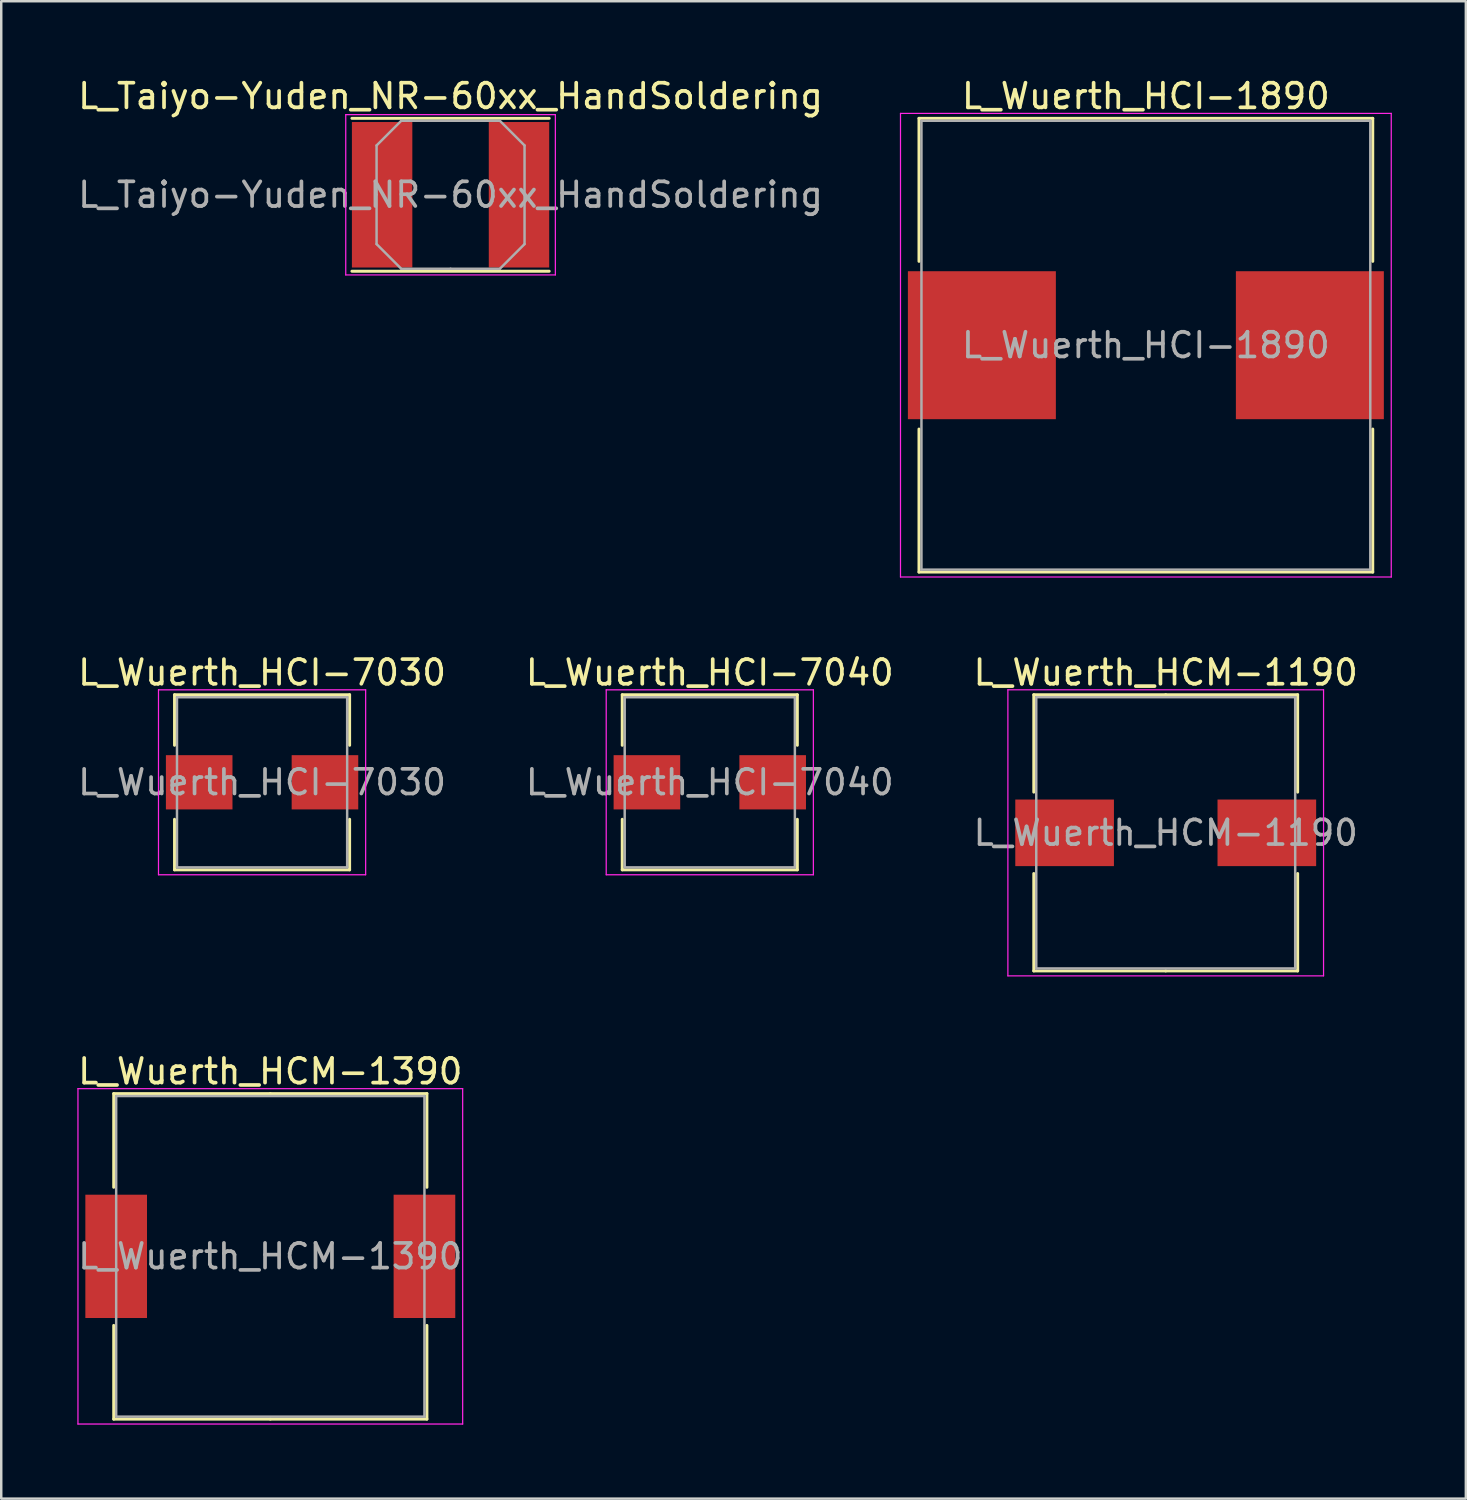
<source format=kicad_pcb>
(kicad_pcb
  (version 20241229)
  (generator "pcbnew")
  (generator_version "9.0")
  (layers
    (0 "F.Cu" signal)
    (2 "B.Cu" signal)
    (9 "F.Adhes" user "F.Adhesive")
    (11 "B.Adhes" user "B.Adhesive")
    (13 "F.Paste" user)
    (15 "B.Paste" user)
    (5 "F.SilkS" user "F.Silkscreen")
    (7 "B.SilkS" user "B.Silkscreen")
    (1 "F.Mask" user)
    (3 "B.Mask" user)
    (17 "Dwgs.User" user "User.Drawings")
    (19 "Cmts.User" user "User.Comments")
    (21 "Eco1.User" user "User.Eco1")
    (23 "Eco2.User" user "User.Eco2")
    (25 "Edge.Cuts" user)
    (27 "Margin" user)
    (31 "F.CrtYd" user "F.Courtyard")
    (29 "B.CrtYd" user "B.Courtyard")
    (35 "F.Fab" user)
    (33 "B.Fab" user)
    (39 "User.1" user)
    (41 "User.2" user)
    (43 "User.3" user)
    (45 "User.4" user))
  (footprint "L_Wuerth_HCM-1390"
    (layer "F.Cu")
    (at 7.911 47.895)
    (property "Reference" "L_Wuerth_HCM-1390" (at 0 -7.5 0) (layer "F.SilkS") (effects (font (size 1 1) (thickness 0.15))))
    (attr smd)
    (fp_line (start -6.35 -6.6) (end 0 -6.6) (stroke (width 0.12) (type solid)) (layer "F.SilkS"))
    (fp_line (start -6.35 -2.8) (end -6.35 -6.6) (stroke (width 0.12) (type solid)) (layer "F.SilkS"))
    (fp_line (start -6.35 2.8) (end -6.35 6.6) (stroke (width 0.12) (type solid)) (layer "F.SilkS"))
    (fp_line (start -6.35 6.6) (end 0 6.6) (stroke (width 0.12) (type solid)) (layer "F.SilkS"))
    (fp_line (start 6.35 -6.6) (end 0 -6.6) (stroke (width 0.12) (type solid)) (layer "F.SilkS"))
    (fp_line (start 6.35 -2.8) (end 6.35 -6.6) (stroke (width 0.12) (type solid)) (layer "F.SilkS"))
    (fp_line (start 6.35 2.8) (end 6.35 6.6) (stroke (width 0.12) (type solid)) (layer "F.SilkS"))
    (fp_line (start 6.35 6.6) (end 0 6.6) (stroke (width 0.12) (type solid)) (layer "F.SilkS"))
    (fp_line (start -7.8 -6.8) (end -7.8 6.8) (stroke (width 0.05) (type solid)) (layer "F.CrtYd"))
    (fp_line (start -7.8 6.8) (end 7.8 6.8) (stroke (width 0.05) (type solid)) (layer "F.CrtYd"))
    (fp_line (start 7.8 -6.8) (end -7.8 -6.8) (stroke (width 0.05) (type solid)) (layer "F.CrtYd"))
    (fp_line (start 7.8 6.8) (end 7.8 -6.8) (stroke (width 0.05) (type solid)) (layer "F.CrtYd"))
    (fp_line (start -6.25 -6.5) (end -6.25 6.5) (stroke (width 0.1) (type solid)) (layer "F.Fab"))
    (fp_line (start -6.25 6.5) (end 6.25 6.5) (stroke (width 0.1) (type solid)) (layer "F.Fab"))
    (fp_line (start 6.25 -6.5) (end -6.25 -6.5) (stroke (width 0.1) (type solid)) (layer "F.Fab"))
    (fp_line (start 6.25 6.5) (end 6.25 -6.5) (stroke (width 0.1) (type solid)) (layer "F.Fab"))
    (fp_text user "${REFERENCE}" (at 0 0 0) (layer "F.Fab") (effects (font (size 1 1) (thickness 0.15))))
    (pad "1" smd rect (at -6.25 0) (size 2.5 5) (layers "F.Cu" "F.Mask" "F.Paste"))
    (pad "2" smd rect (at 6.25 0) (size 2.5 5) (layers "F.Cu" "F.Mask" "F.Paste")))
  (footprint "L_Wuerth_HCI-7030"
    (layer "F.Cu")
    (at 7.577 28.672)
    (property "Reference" "L_Wuerth_HCI-7030" (at 0 -4.45 0) (layer "F.SilkS") (effects (font (size 1 1) (thickness 0.15))))
    (attr smd)
    (fp_line (start -3.55 -3.55) (end 3.55 -3.55) (stroke (width 0.12) (type solid)) (layer "F.SilkS"))
    (fp_line (start -3.55 -1.5) (end -3.55 -3.55) (stroke (width 0.12) (type solid)) (layer "F.SilkS"))
    (fp_line (start -3.55 1.5) (end -3.55 3.55) (stroke (width 0.12) (type solid)) (layer "F.SilkS"))
    (fp_line (start -3.55 3.55) (end 3.55 3.55) (stroke (width 0.12) (type solid)) (layer "F.SilkS"))
    (fp_line (start 3.55 -3.55) (end 3.55 -1.5) (stroke (width 0.12) (type solid)) (layer "F.SilkS"))
    (fp_line (start 3.55 3.55) (end 3.55 1.5) (stroke (width 0.12) (type solid)) (layer "F.SilkS"))
    (fp_line (start -4.2 -3.75) (end -4.2 3.75) (stroke (width 0.05) (type solid)) (layer "F.CrtYd"))
    (fp_line (start -4.2 3.75) (end 4.2 3.75) (stroke (width 0.05) (type solid)) (layer "F.CrtYd"))
    (fp_line (start 4.2 -3.75) (end -4.2 -3.75) (stroke (width 0.05) (type solid)) (layer "F.CrtYd"))
    (fp_line (start 4.2 3.75) (end 4.2 -3.75) (stroke (width 0.05) (type solid)) (layer "F.CrtYd"))
    (fp_line (start -3.45 -3.45) (end -3.45 3.45) (stroke (width 0.1) (type solid)) (layer "F.Fab"))
    (fp_line (start -3.45 3.45) (end 3.45 3.45) (stroke (width 0.1) (type solid)) (layer "F.Fab"))
    (fp_line (start 3.45 -3.45) (end -3.45 -3.45) (stroke (width 0.1) (type solid)) (layer "F.Fab"))
    (fp_line (start 3.45 3.45) (end 3.45 -3.45) (stroke (width 0.1) (type solid)) (layer "F.Fab"))
    (fp_text user "${REFERENCE}" (at 0 0 0) (layer "F.Fab") (effects (font (size 1 1) (thickness 0.15))))
    (pad "1" smd rect (at -2.55 0) (size 2.7 2.2) (layers "F.Cu" "F.Mask" "F.Paste"))
    (pad "2" smd rect (at 2.55 0) (size 2.7 2.2) (layers "F.Cu" "F.Mask" "F.Paste")))
  (footprint "L_Wuerth_HCI-7040"
    (layer "F.Cu")
    (at 25.732 28.672)
    (property "Reference" "L_Wuerth_HCI-7040" (at 0 -4.45 0) (layer "F.SilkS") (effects (font (size 1 1) (thickness 0.15))))
    (attr smd)
    (fp_line (start -3.55 -3.55) (end 3.55 -3.55) (stroke (width 0.12) (type solid)) (layer "F.SilkS"))
    (fp_line (start -3.55 -1.5) (end -3.55 -3.55) (stroke (width 0.12) (type solid)) (layer "F.SilkS"))
    (fp_line (start -3.55 1.5) (end -3.55 3.55) (stroke (width 0.12) (type solid)) (layer "F.SilkS"))
    (fp_line (start -3.55 3.55) (end 3.55 3.55) (stroke (width 0.12) (type solid)) (layer "F.SilkS"))
    (fp_line (start 3.55 -3.55) (end 3.55 -1.5) (stroke (width 0.12) (type solid)) (layer "F.SilkS"))
    (fp_line (start 3.55 3.55) (end 3.55 1.5) (stroke (width 0.12) (type solid)) (layer "F.SilkS"))
    (fp_line (start -4.2 -3.75) (end -4.2 3.75) (stroke (width 0.05) (type solid)) (layer "F.CrtYd"))
    (fp_line (start -4.2 3.75) (end 4.2 3.75) (stroke (width 0.05) (type solid)) (layer "F.CrtYd"))
    (fp_line (start 4.2 -3.75) (end -4.2 -3.75) (stroke (width 0.05) (type solid)) (layer "F.CrtYd"))
    (fp_line (start 4.2 3.75) (end 4.2 -3.75) (stroke (width 0.05) (type solid)) (layer "F.CrtYd"))
    (fp_line (start -3.45 -3.45) (end -3.45 3.45) (stroke (width 0.1) (type solid)) (layer "F.Fab"))
    (fp_line (start -3.45 3.45) (end 3.45 3.45) (stroke (width 0.1) (type solid)) (layer "F.Fab"))
    (fp_line (start 3.45 -3.45) (end -3.45 -3.45) (stroke (width 0.1) (type solid)) (layer "F.Fab"))
    (fp_line (start 3.45 3.45) (end 3.45 -3.45) (stroke (width 0.1) (type solid)) (layer "F.Fab"))
    (fp_text user "${REFERENCE}" (at 0 0 0) (layer "F.Fab") (effects (font (size 1 1) (thickness 0.15))))
    (pad "1" smd rect (at -2.55 0) (size 2.7 2.2) (layers "F.Cu" "F.Mask" "F.Paste"))
    (pad "2" smd rect (at 2.55 0) (size 2.7 2.2) (layers "F.Cu" "F.Mask" "F.Paste")))
  (footprint "L_Wuerth_HCM-1190"
    (layer "F.Cu")
    (at 44.22 30.721)
    (property "Reference" "L_Wuerth_HCM-1190" (at 0 -6.5 0) (layer "F.SilkS") (effects (font (size 1 1) (thickness 0.15))))
    (attr smd)
    (fp_line (start -5.35 -5.6) (end 0 -5.6) (stroke (width 0.12) (type solid)) (layer "F.SilkS"))
    (fp_line (start -5.35 -1.65) (end -5.35 -5.6) (stroke (width 0.12) (type solid)) (layer "F.SilkS"))
    (fp_line (start -5.35 1.65) (end -5.35 5.6) (stroke (width 0.12) (type solid)) (layer "F.SilkS"))
    (fp_line (start -5.35 5.6) (end 0 5.6) (stroke (width 0.12) (type solid)) (layer "F.SilkS"))
    (fp_line (start 5.35 -5.6) (end 0 -5.6) (stroke (width 0.12) (type solid)) (layer "F.SilkS"))
    (fp_line (start 5.35 -1.65) (end 5.35 -5.6) (stroke (width 0.12) (type solid)) (layer "F.SilkS"))
    (fp_line (start 5.35 1.65) (end 5.35 5.6) (stroke (width 0.12) (type solid)) (layer "F.SilkS"))
    (fp_line (start 5.35 5.6) (end 0 5.6) (stroke (width 0.12) (type solid)) (layer "F.SilkS"))
    (fp_line (start -6.4 -5.8) (end -6.4 5.8) (stroke (width 0.05) (type solid)) (layer "F.CrtYd"))
    (fp_line (start -6.4 5.8) (end 6.4 5.8) (stroke (width 0.05) (type solid)) (layer "F.CrtYd"))
    (fp_line (start 6.4 -5.8) (end -6.4 -5.8) (stroke (width 0.05) (type solid)) (layer "F.CrtYd"))
    (fp_line (start 6.4 5.8) (end 6.4 -5.8) (stroke (width 0.05) (type solid)) (layer "F.CrtYd"))
    (fp_line (start -5.25 -5.5) (end -5.25 5.5) (stroke (width 0.1) (type solid)) (layer "F.Fab"))
    (fp_line (start -5.25 5.5) (end 5.25 5.5) (stroke (width 0.1) (type solid)) (layer "F.Fab"))
    (fp_line (start 5.25 -5.5) (end -5.25 -5.5) (stroke (width 0.1) (type solid)) (layer "F.Fab"))
    (fp_line (start 5.25 5.5) (end 5.25 -5.5) (stroke (width 0.1) (type solid)) (layer "F.Fab"))
    (fp_text user "${REFERENCE}" (at 0 0 0) (layer "F.Fab") (effects (font (size 1 1) (thickness 0.15))))
    (pad "1" smd rect (at -4.1 0) (size 4 2.7) (layers "F.Cu" "F.Mask" "F.Paste"))
    (pad "2" smd rect (at 4.1 0) (size 4 2.7) (layers "F.Cu" "F.Mask" "F.Paste")))
  (footprint "L_Taiyo-Yuden_NR-60xx_HandSoldering"
    (layer "F.Cu")
    (at 15.22 4.848)
    (property "Reference" "L_Taiyo-Yuden_NR-60xx_HandSoldering" (at 0 -4 0) (layer "F.SilkS") (effects (font (size 1 1) (thickness 0.15))))
    (attr smd)
    (fp_line (start -4 -3.1) (end 4 -3.1) (stroke (width 0.12) (type solid)) (layer "F.SilkS"))
    (fp_line (start -4 3.1) (end 4 3.1) (stroke (width 0.12) (type solid)) (layer "F.SilkS"))
    (fp_line (start -4.25 -3.25) (end -4.25 3.25) (stroke (width 0.05) (type solid)) (layer "F.CrtYd"))
    (fp_line (start -4.25 3.25) (end 4.25 3.25) (stroke (width 0.05) (type solid)) (layer "F.CrtYd"))
    (fp_line (start 4.25 -3.25) (end -4.25 -3.25) (stroke (width 0.05) (type solid)) (layer "F.CrtYd"))
    (fp_line (start 4.25 3.25) (end 4.25 -3.25) (stroke (width 0.05) (type solid)) (layer "F.CrtYd"))
    (fp_line (start -3 -2) (end -2 -3) (stroke (width 0.1) (type solid)) (layer "F.Fab"))
    (fp_line (start -3 0) (end -3 -2) (stroke (width 0.1) (type solid)) (layer "F.Fab"))
    (fp_line (start -3 0) (end -3 2) (stroke (width 0.1) (type solid)) (layer "F.Fab"))
    (fp_line (start -3 2) (end -2 3) (stroke (width 0.1) (type solid)) (layer "F.Fab"))
    (fp_line (start -2 -3) (end 0 -3) (stroke (width 0.1) (type solid)) (layer "F.Fab"))
    (fp_line (start -2 3) (end 0 3) (stroke (width 0.1) (type solid)) (layer "F.Fab"))
    (fp_line (start 2 -3) (end 0 -3) (stroke (width 0.1) (type solid)) (layer "F.Fab"))
    (fp_line (start 2 3) (end 0 3) (stroke (width 0.1) (type solid)) (layer "F.Fab"))
    (fp_line (start 3 -2) (end 2 -3) (stroke (width 0.1) (type solid)) (layer "F.Fab"))
    (fp_line (start 3 0) (end 3 -2) (stroke (width 0.1) (type solid)) (layer "F.Fab"))
    (fp_line (start 3 0) (end 3 2) (stroke (width 0.1) (type solid)) (layer "F.Fab"))
    (fp_line (start 3 2) (end 2 3) (stroke (width 0.1) (type solid)) (layer "F.Fab"))
    (fp_text user "${REFERENCE}" (at 0 0 0) (layer "F.Fab") (effects (font (size 1 1) (thickness 0.15))))
    (pad "1" smd rect (at -2.775 0) (size 2.45 5.9) (layers "F.Cu" "F.Mask" "F.Paste"))
    (pad "2" smd rect (at 2.775 0) (size 2.45 5.9) (layers "F.Cu" "F.Mask" "F.Paste")))
  (footprint "L_Wuerth_HCI-1890"
    (layer "F.Cu")
    (at 43.415 10.948)
    (property "Reference" "L_Wuerth_HCI-1890" (at 0 -10.1 0) (layer "F.SilkS") (effects (font (size 1 1) (thickness 0.15))))
    (attr smd)
    (fp_line (start -9.2 -9.2) (end 9.2 -9.2) (stroke (width 0.12) (type solid)) (layer "F.SilkS"))
    (fp_line (start -9.2 -3.4) (end -9.2 -9.2) (stroke (width 0.12) (type solid)) (layer "F.SilkS"))
    (fp_line (start -9.2 3.4) (end -9.2 9.2) (stroke (width 0.12) (type solid)) (layer "F.SilkS"))
    (fp_line (start -9.2 9.2) (end 9.2 9.2) (stroke (width 0.12) (type solid)) (layer "F.SilkS"))
    (fp_line (start 9.2 -9.2) (end 9.2 -3.4) (stroke (width 0.12) (type solid)) (layer "F.SilkS"))
    (fp_line (start 9.2 9.2) (end 9.2 3.4) (stroke (width 0.12) (type solid)) (layer "F.SilkS"))
    (fp_line (start -9.95 -9.4) (end -9.95 9.4) (stroke (width 0.05) (type solid)) (layer "F.CrtYd"))
    (fp_line (start -9.95 9.4) (end 9.95 9.4) (stroke (width 0.05) (type solid)) (layer "F.CrtYd"))
    (fp_line (start 9.95 -9.4) (end -9.95 -9.4) (stroke (width 0.05) (type solid)) (layer "F.CrtYd"))
    (fp_line (start 9.95 9.4) (end 9.95 -9.4) (stroke (width 0.05) (type solid)) (layer "F.CrtYd"))
    (fp_line (start -9.1 -9.1) (end -9.1 9.1) (stroke (width 0.1) (type solid)) (layer "F.Fab"))
    (fp_line (start -9.1 9.1) (end 9.1 9.1) (stroke (width 0.1) (type solid)) (layer "F.Fab"))
    (fp_line (start 9.1 -9.1) (end -9.1 -9.1) (stroke (width 0.1) (type solid)) (layer "F.Fab"))
    (fp_line (start 9.1 9.1) (end 9.1 -9.1) (stroke (width 0.1) (type solid)) (layer "F.Fab"))
    (fp_text user "${REFERENCE}" (at 0 0 0) (layer "F.Fab") (effects (font (size 1 1) (thickness 0.15))))
    (pad "1" smd rect (at -6.65 0) (size 6 6) (layers "F.Cu" "F.Mask" "F.Paste"))
    (pad "2" smd rect (at 6.65 0) (size 6 6) (layers "F.Cu" "F.Mask" "F.Paste")))
  (gr_rect
    (start -3 -3)
    (end 56.39 57.72)
    (stroke (width 0.1) (type default))
    (fill no)
    (layer "Edge.Cuts")))
</source>
